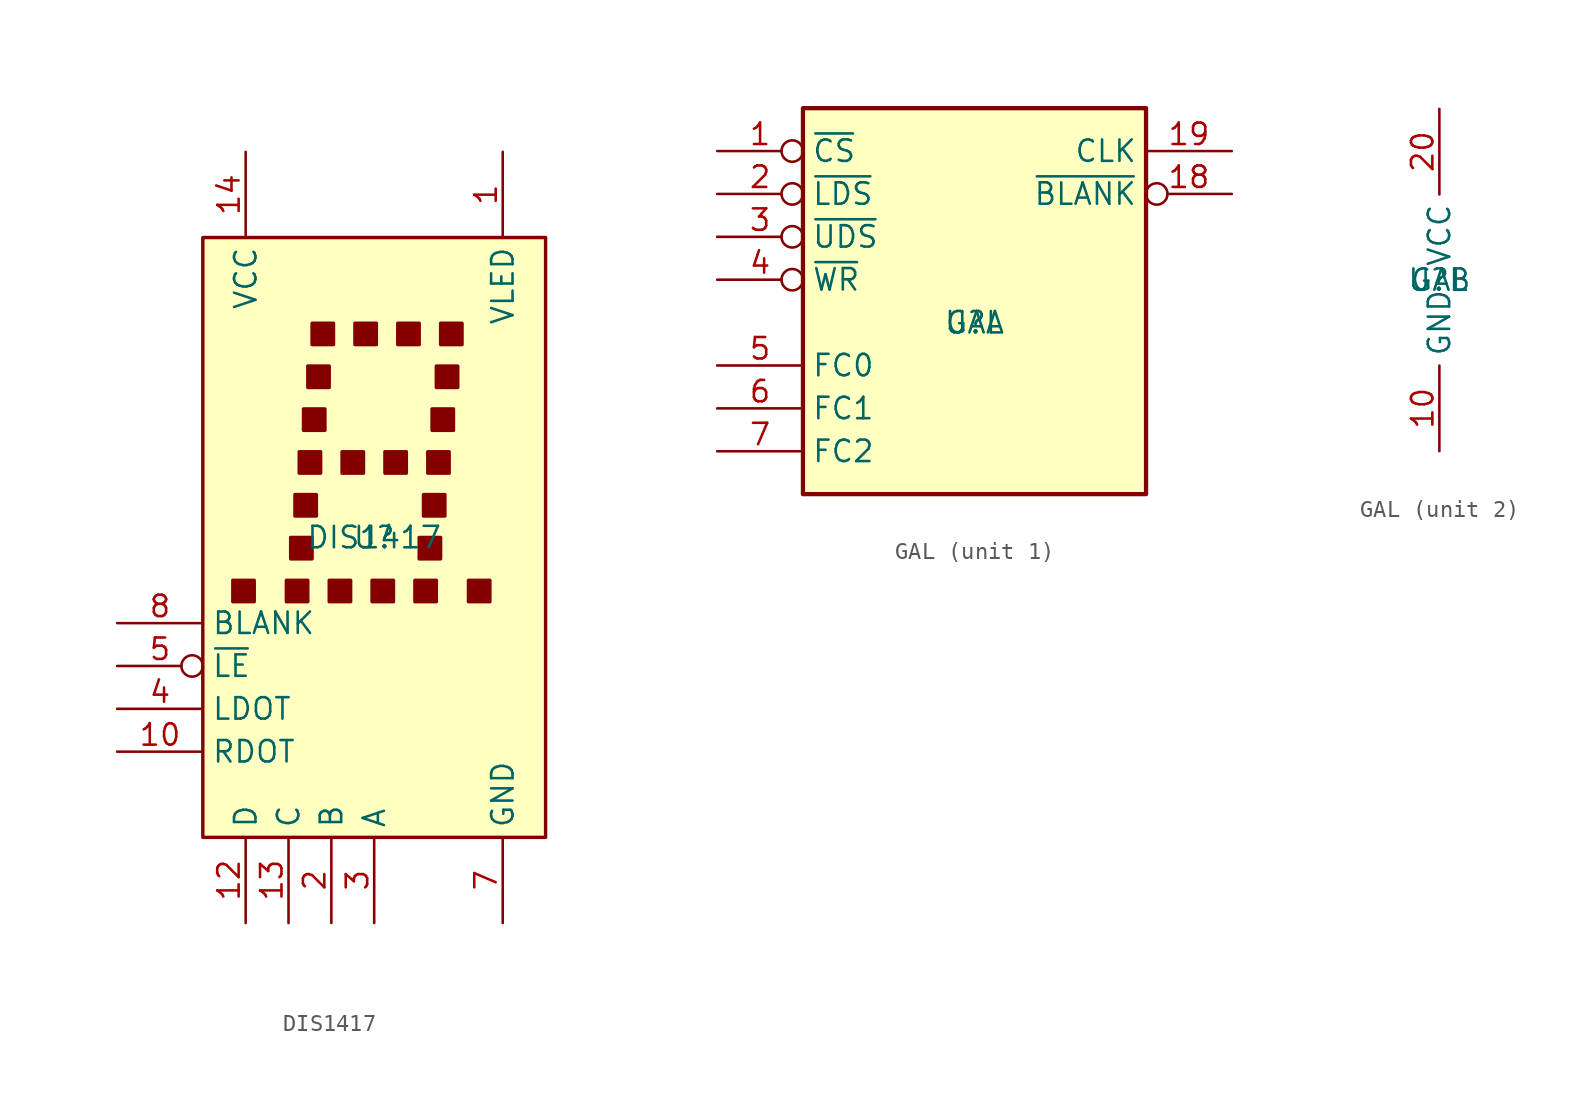
<source format=kicad_sym>
(kicad_symbol_lib
  (version 20211014)
  (generator kicad_symbol_editor)
  (symbol "DIS1417"
    (property "Reference" "U"
      (at 0 0 0)
      (effects (font (size 1.27 1.27))))
    (property "Value" "DIS1417"
      (at 0 0 0)
      (effects (font (size 1.27 1.27))))
    (symbol "DIS1417_0_1"
      (rectangle (start -10.16 17.78) (end 10.16 -17.78) (stroke (width 0.203) (type default) (color 0 0 0 0)) (fill (type background)))
      (rectangle (start -8.382 -2.54) (end -7.112 -3.81) (stroke (width 0.203) (type default) (color 0 0 0 0)) (fill (type outline)))
      (rectangle (start -5.207 -2.54) (end -3.937 -3.81) (stroke (width 0.203) (type default) (color 0 0 0 0)) (fill (type outline)))
      (rectangle (start -4.953 0) (end -3.683 -1.27) (stroke (width 0.203) (type default) (color 0 0 0 0)) (fill (type outline)))
      (rectangle (start -4.699 2.54) (end -3.429 1.27) (stroke (width 0.203) (type default) (color 0 0 0 0)) (fill (type outline)))
      (rectangle (start -4.445 5.08) (end -3.175 3.81) (stroke (width 0.203) (type default) (color 0 0 0 0)) (fill (type outline)))
      (rectangle (start -4.191 7.62) (end -2.921 6.35) (stroke (width 0.203) (type default) (color 0 0 0 0)) (fill (type outline)))
      (rectangle (start -3.937 10.16) (end -2.667 8.89) (stroke (width 0.203) (type default) (color 0 0 0 0)) (fill (type outline)))
      (rectangle (start -3.683 12.7) (end -2.413 11.43) (stroke (width 0.203) (type default) (color 0 0 0 0)) (fill (type outline)))
      (rectangle (start -2.667 -2.54) (end -1.397 -3.81) (stroke (width 0.203) (type default) (color 0 0 0 0)) (fill (type outline)))
      (rectangle (start -1.905 5.08) (end -0.635 3.81) (stroke (width 0.203) (type default) (color 0 0 0 0)) (fill (type outline)))
      (rectangle (start -1.143 12.7) (end 0.127 11.43) (stroke (width 0.203) (type default) (color 0 0 0 0)) (fill (type outline)))
      (rectangle (start -0.127 -2.54) (end 1.143 -3.81) (stroke (width 0.203) (type default) (color 0 0 0 0)) (fill (type outline)))
      (rectangle (start 0.635 5.08) (end 1.905 3.81) (stroke (width 0.203) (type default) (color 0 0 0 0)) (fill (type outline)))
      (rectangle (start 1.397 12.7) (end 2.667 11.43) (stroke (width 0.203) (type default) (color 0 0 0 0)) (fill (type outline)))
      (rectangle (start 2.413 -2.54) (end 3.683 -3.81) (stroke (width 0.203) (type default) (color 0 0 0 0)) (fill (type outline)))
      (rectangle (start 2.667 0) (end 3.937 -1.27) (stroke (width 0.203) (type default) (color 0 0 0 0)) (fill (type outline)))
      (rectangle (start 2.921 2.54) (end 4.191 1.27) (stroke (width 0.203) (type default) (color 0 0 0 0)) (fill (type outline)))
      (rectangle (start 3.175 5.08) (end 4.445 3.81) (stroke (width 0.203) (type default) (color 0 0 0 0)) (fill (type outline)))
      (rectangle (start 3.429 7.62) (end 4.699 6.35) (stroke (width 0.203) (type default) (color 0 0 0 0)) (fill (type outline)))
      (rectangle (start 3.683 10.16) (end 4.953 8.89) (stroke (width 0.203) (type default) (color 0 0 0 0)) (fill (type outline)))
      (rectangle (start 3.937 12.7) (end 5.207 11.43) (stroke (width 0.203) (type default) (color 0 0 0 0)) (fill (type outline)))
      (rectangle (start 5.588 -2.54) (end 6.858 -3.81) (stroke (width 0.203) (type default) (color 0 0 0 0)) (fill (type outline))))
    (symbol "DIS1417_1_0"
      (pin power_in line (at 7.62 22.86 270) (length 5.08) (name "VLED" (effects (font (size 1.27 1.27)))) (number "1" (effects (font (size 1.27 1.27)))))
      (pin input line (at -15.24 -12.7 0) (length 5.08) (name "RDOT" (effects (font (size 1.27 1.27)))) (number "10" (effects (font (size 1.27 1.27)))))
      (pin input line (at -7.62 -22.86 90) (length 5.08) (name "D" (effects (font (size 1.27 1.27)))) (number "12" (effects (font (size 1.27 1.27)))))
      (pin input line (at -5.08 -22.86 90) (length 5.08) (name "C" (effects (font (size 1.27 1.27)))) (number "13" (effects (font (size 1.27 1.27)))))
      (pin power_in line (at -7.62 22.86 270) (length 5.08) (name "VCC" (effects (font (size 1.27 1.27)))) (number "14" (effects (font (size 1.27 1.27)))))
      (pin input line (at -2.54 -22.86 90) (length 5.08) (name "B" (effects (font (size 1.27 1.27)))) (number "2" (effects (font (size 1.27 1.27)))))
      (pin input line (at 0 -22.86 90) (length 5.08) (name "A" (effects (font (size 1.27 1.27)))) (number "3" (effects (font (size 1.27 1.27)))))
      (pin input line (at -15.24 -10.16 0) (length 5.08) (name "LDOT" (effects (font (size 1.27 1.27)))) (number "4" (effects (font (size 1.27 1.27)))))
      (pin input inverted (at -15.24 -7.62 0) (length 5.08) (name "~{LE}" (effects (font (size 1.27 1.27)))) (number "5" (effects (font (size 1.27 1.27)))))
      (pin power_in line (at 7.62 -22.86 90) (length 5.08) (name "GND" (effects (font (size 1.27 1.27)))) (number "7" (effects (font (size 1.27 1.27)))))
      (pin input line (at -15.24 -5.08 0) (length 5.08) (name "BLANK" (effects (font (size 1.27 1.27)))) (number "8" (effects (font (size 1.27 1.27)))))))
  (symbol "GAL"
    (property "Reference" "U"
      (at 0 0 0)
      (effects (font (size 1.27 1.27))))
    (property "Value" "GAL"
      (at 0 0 0)
      (effects (font (size 1.27 1.27))))
    (property "ki_locked" ""
      (at 0 0 0)
      (effects (font (size 1.27 1.27))))
    (symbol "GAL_1_1"
      (rectangle (start -10.16 12.7) (end 10.16 -10.16) (stroke (width 0.254) (type default) (color 0 0 0 0)) (fill (type background)))
      (pin input inverted (at -15.24 10.16 0) (length 5.08) (name "~{CS}" (effects (font (size 1.27 1.27)))) (number "1" (effects (font (size 1.27 1.27)))))
      (pin output inverted (at 15.24 7.62 180) (length 5.08) (name "~{BLANK}" (effects (font (size 1.27 1.27)))) (number "18" (effects (font (size 1.27 1.27)))))
      (pin output line (at 15.24 10.16 180) (length 5.08) (name "CLK" (effects (font (size 1.27 1.27)))) (number "19" (effects (font (size 1.27 1.27)))))
      (pin input inverted (at -15.24 7.62 0) (length 5.08) (name "~{LDS}" (effects (font (size 1.27 1.27)))) (number "2" (effects (font (size 1.27 1.27)))))
      (pin input inverted (at -15.24 5.08 0) (length 5.08) (name "~{UDS}" (effects (font (size 1.27 1.27)))) (number "3" (effects (font (size 1.27 1.27)))))
      (pin input inverted (at -15.24 2.54 0) (length 5.08) (name "~{WR}" (effects (font (size 1.27 1.27)))) (number "4" (effects (font (size 1.27 1.27)))))
      (pin input line (at -15.24 -2.54 0) (length 5.08) (name "FC0" (effects (font (size 1.27 1.27)))) (number "5" (effects (font (size 1.27 1.27)))))
      (pin input line (at -15.24 -5.08 0) (length 5.08) (name "FC1" (effects (font (size 1.27 1.27)))) (number "6" (effects (font (size 1.27 1.27)))))
      (pin input line (at -15.24 -7.62 0) (length 5.08) (name "FC2" (effects (font (size 1.27 1.27)))) (number "7" (effects (font (size 1.27 1.27))))))
    (symbol "GAL_2_1"
      (pin power_in line (at 0 -10.16 90) (length 5.08) (name "GND" (effects (font (size 1.27 1.27)))) (number "10" (effects (font (size 1.27 1.27)))))
      (pin power_in line (at 0 10.16 270) (length 5.08) (name "VCC" (effects (font (size 1.27 1.27)))) (number "20" (effects (font (size 1.27 1.27))))))))
</source>
